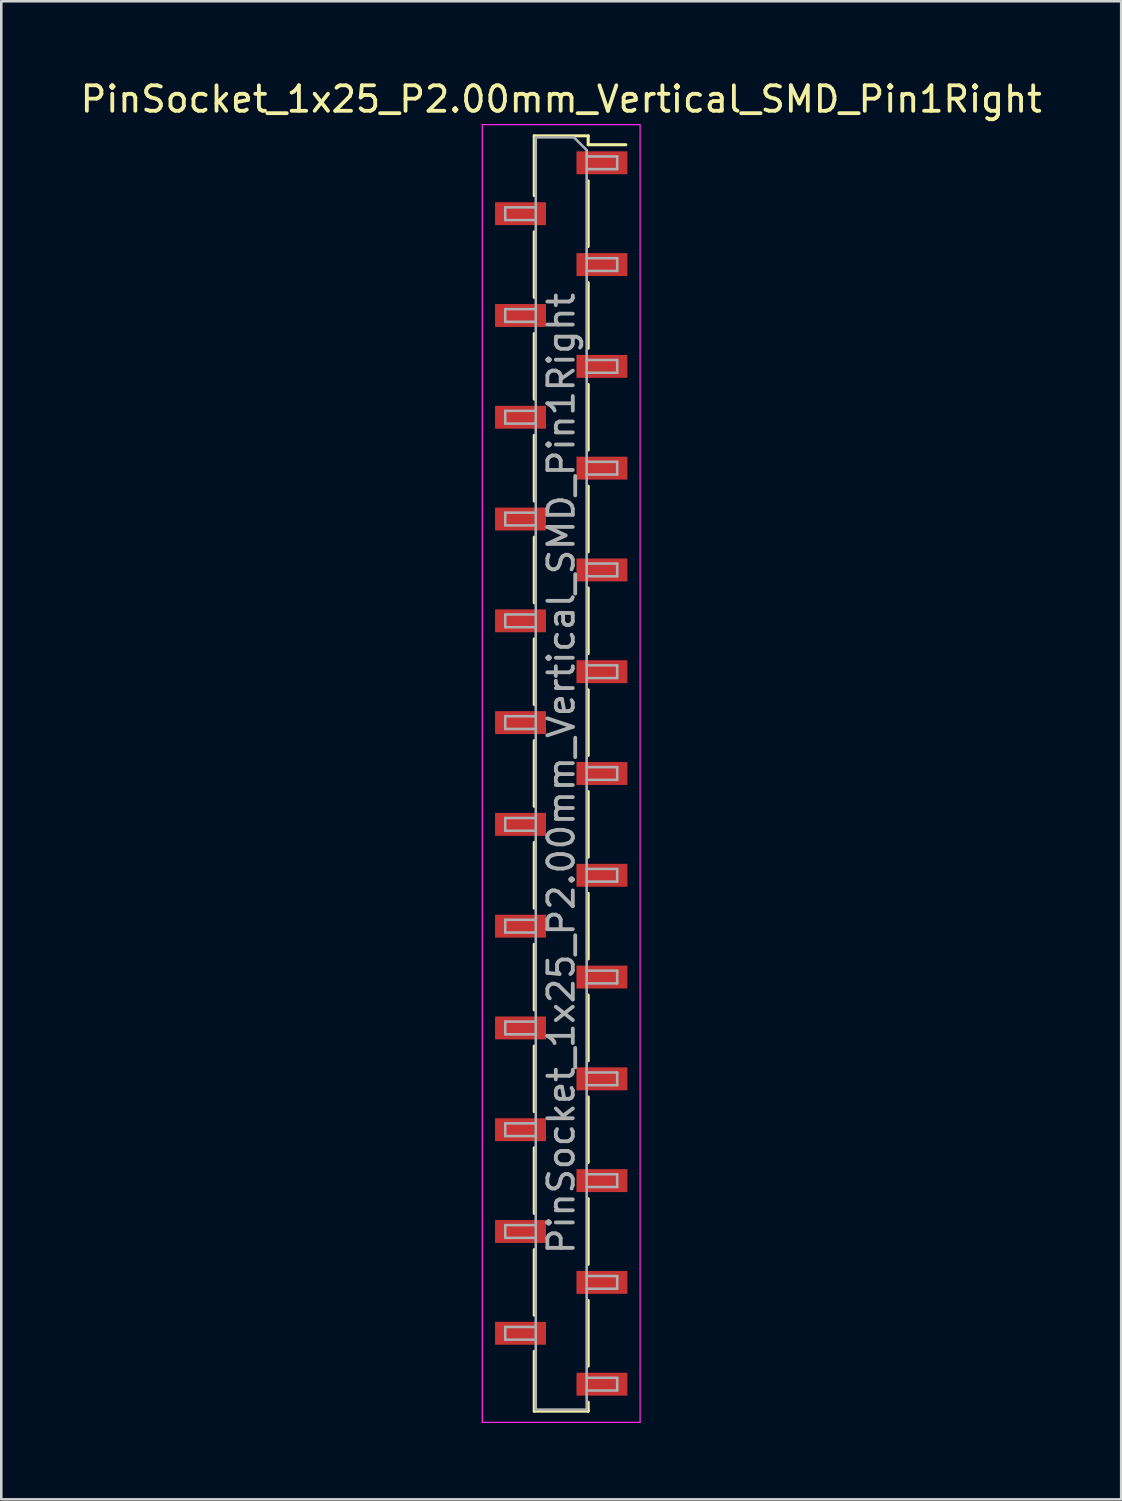
<source format=kicad_pcb>
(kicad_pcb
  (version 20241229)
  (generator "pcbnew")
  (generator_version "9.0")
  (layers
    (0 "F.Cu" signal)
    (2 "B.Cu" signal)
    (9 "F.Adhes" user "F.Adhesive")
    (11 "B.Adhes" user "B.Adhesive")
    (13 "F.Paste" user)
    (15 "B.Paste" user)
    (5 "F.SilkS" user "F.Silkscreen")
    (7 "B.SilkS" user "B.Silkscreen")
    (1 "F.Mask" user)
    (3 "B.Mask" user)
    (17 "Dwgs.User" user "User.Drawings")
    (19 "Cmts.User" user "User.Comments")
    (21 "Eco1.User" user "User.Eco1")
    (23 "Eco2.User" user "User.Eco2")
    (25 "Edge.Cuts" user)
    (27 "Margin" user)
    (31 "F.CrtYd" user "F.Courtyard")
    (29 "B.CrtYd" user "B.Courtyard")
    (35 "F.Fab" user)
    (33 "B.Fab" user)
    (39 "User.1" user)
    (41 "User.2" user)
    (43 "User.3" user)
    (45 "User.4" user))
  (footprint "PinSocket_1x25_P2.00mm_Vertical_SMD_Pin1Right"
    (layer "F.Cu")
    (at 19.006 27.348)
    (property "Reference" "PinSocket_1x25_P2.00mm_Vertical_SMD_Pin1Right" (at 0 -26.5 0) (layer "F.SilkS") (effects (font (size 1 1) (thickness 0.15))))
    (attr smd)
    (fp_line (start -1.06 -25.06) (end -1.06 -22.71) (stroke (width 0.12) (type solid)) (layer "F.SilkS"))
    (fp_line (start -1.06 -25.06) (end 1.06 -25.06) (stroke (width 0.12) (type solid)) (layer "F.SilkS"))
    (fp_line (start -1.06 -21.29) (end -1.06 -18.71) (stroke (width 0.12) (type solid)) (layer "F.SilkS"))
    (fp_line (start -1.06 -17.29) (end -1.06 -14.71) (stroke (width 0.12) (type solid)) (layer "F.SilkS"))
    (fp_line (start -1.06 -13.29) (end -1.06 -10.71) (stroke (width 0.12) (type solid)) (layer "F.SilkS"))
    (fp_line (start -1.06 -9.29) (end -1.06 -6.71) (stroke (width 0.12) (type solid)) (layer "F.SilkS"))
    (fp_line (start -1.06 -5.29) (end -1.06 -2.71) (stroke (width 0.12) (type solid)) (layer "F.SilkS"))
    (fp_line (start -1.06 -1.29) (end -1.06 1.29) (stroke (width 0.12) (type solid)) (layer "F.SilkS"))
    (fp_line (start -1.06 2.71) (end -1.06 5.29) (stroke (width 0.12) (type solid)) (layer "F.SilkS"))
    (fp_line (start -1.06 6.71) (end -1.06 9.29) (stroke (width 0.12) (type solid)) (layer "F.SilkS"))
    (fp_line (start -1.06 10.71) (end -1.06 13.29) (stroke (width 0.12) (type solid)) (layer "F.SilkS"))
    (fp_line (start -1.06 14.71) (end -1.06 17.29) (stroke (width 0.12) (type solid)) (layer "F.SilkS"))
    (fp_line (start -1.06 18.71) (end -1.06 21.29) (stroke (width 0.12) (type solid)) (layer "F.SilkS"))
    (fp_line (start -1.06 22.71) (end -1.06 25.06) (stroke (width 0.12) (type solid)) (layer "F.SilkS"))
    (fp_line (start -1.06 25.06) (end 1.06 25.06) (stroke (width 0.12) (type solid)) (layer "F.SilkS"))
    (fp_line (start 1.06 -25.06) (end 1.06 -24.71) (stroke (width 0.12) (type solid)) (layer "F.SilkS"))
    (fp_line (start 1.06 -24.71) (end 2.54 -24.71) (stroke (width 0.12) (type solid)) (layer "F.SilkS"))
    (fp_line (start 1.06 -23.29) (end 1.06 -20.71) (stroke (width 0.12) (type solid)) (layer "F.SilkS"))
    (fp_line (start 1.06 -19.29) (end 1.06 -16.71) (stroke (width 0.12) (type solid)) (layer "F.SilkS"))
    (fp_line (start 1.06 -15.29) (end 1.06 -12.71) (stroke (width 0.12) (type solid)) (layer "F.SilkS"))
    (fp_line (start 1.06 -11.29) (end 1.06 -8.71) (stroke (width 0.12) (type solid)) (layer "F.SilkS"))
    (fp_line (start 1.06 -7.29) (end 1.06 -4.71) (stroke (width 0.12) (type solid)) (layer "F.SilkS"))
    (fp_line (start 1.06 -3.29) (end 1.06 -0.71) (stroke (width 0.12) (type solid)) (layer "F.SilkS"))
    (fp_line (start 1.06 0.71) (end 1.06 3.29) (stroke (width 0.12) (type solid)) (layer "F.SilkS"))
    (fp_line (start 1.06 4.71) (end 1.06 7.29) (stroke (width 0.12) (type solid)) (layer "F.SilkS"))
    (fp_line (start 1.06 8.71) (end 1.06 11.29) (stroke (width 0.12) (type solid)) (layer "F.SilkS"))
    (fp_line (start 1.06 12.71) (end 1.06 15.29) (stroke (width 0.12) (type solid)) (layer "F.SilkS"))
    (fp_line (start 1.06 16.71) (end 1.06 19.29) (stroke (width 0.12) (type solid)) (layer "F.SilkS"))
    (fp_line (start 1.06 20.71) (end 1.06 23.29) (stroke (width 0.12) (type solid)) (layer "F.SilkS"))
    (fp_line (start 1.06 24.71) (end 1.06 25.06) (stroke (width 0.12) (type solid)) (layer "F.SilkS"))
    (fp_line (start -3.1 -25.5) (end 3.1 -25.5) (stroke (width 0.05) (type solid)) (layer "F.CrtYd"))
    (fp_line (start -3.1 25.5) (end -3.1 -25.5) (stroke (width 0.05) (type solid)) (layer "F.CrtYd"))
    (fp_line (start 3.1 -25.5) (end 3.1 25.5) (stroke (width 0.05) (type solid)) (layer "F.CrtYd"))
    (fp_line (start 3.1 25.5) (end -3.1 25.5) (stroke (width 0.05) (type solid)) (layer "F.CrtYd"))
    (fp_line (start -2.2 -22.25) (end -1 -22.25) (stroke (width 0.1) (type solid)) (layer "F.Fab"))
    (fp_line (start -2.2 -21.75) (end -2.2 -22.25) (stroke (width 0.1) (type solid)) (layer "F.Fab"))
    (fp_line (start -2.2 -18.25) (end -1 -18.25) (stroke (width 0.1) (type solid)) (layer "F.Fab"))
    (fp_line (start -2.2 -17.75) (end -2.2 -18.25) (stroke (width 0.1) (type solid)) (layer "F.Fab"))
    (fp_line (start -2.2 -14.25) (end -1 -14.25) (stroke (width 0.1) (type solid)) (layer "F.Fab"))
    (fp_line (start -2.2 -13.75) (end -2.2 -14.25) (stroke (width 0.1) (type solid)) (layer "F.Fab"))
    (fp_line (start -2.2 -10.25) (end -1 -10.25) (stroke (width 0.1) (type solid)) (layer "F.Fab"))
    (fp_line (start -2.2 -9.75) (end -2.2 -10.25) (stroke (width 0.1) (type solid)) (layer "F.Fab"))
    (fp_line (start -2.2 -6.25) (end -1 -6.25) (stroke (width 0.1) (type solid)) (layer "F.Fab"))
    (fp_line (start -2.2 -5.75) (end -2.2 -6.25) (stroke (width 0.1) (type solid)) (layer "F.Fab"))
    (fp_line (start -2.2 -2.25) (end -1 -2.25) (stroke (width 0.1) (type solid)) (layer "F.Fab"))
    (fp_line (start -2.2 -1.75) (end -2.2 -2.25) (stroke (width 0.1) (type solid)) (layer "F.Fab"))
    (fp_line (start -2.2 1.75) (end -1 1.75) (stroke (width 0.1) (type solid)) (layer "F.Fab"))
    (fp_line (start -2.2 2.25) (end -2.2 1.75) (stroke (width 0.1) (type solid)) (layer "F.Fab"))
    (fp_line (start -2.2 5.75) (end -1 5.75) (stroke (width 0.1) (type solid)) (layer "F.Fab"))
    (fp_line (start -2.2 6.25) (end -2.2 5.75) (stroke (width 0.1) (type solid)) (layer "F.Fab"))
    (fp_line (start -2.2 9.75) (end -1 9.75) (stroke (width 0.1) (type solid)) (layer "F.Fab"))
    (fp_line (start -2.2 10.25) (end -2.2 9.75) (stroke (width 0.1) (type solid)) (layer "F.Fab"))
    (fp_line (start -2.2 13.75) (end -1 13.75) (stroke (width 0.1) (type solid)) (layer "F.Fab"))
    (fp_line (start -2.2 14.25) (end -2.2 13.75) (stroke (width 0.1) (type solid)) (layer "F.Fab"))
    (fp_line (start -2.2 17.75) (end -1 17.75) (stroke (width 0.1) (type solid)) (layer "F.Fab"))
    (fp_line (start -2.2 18.25) (end -2.2 17.75) (stroke (width 0.1) (type solid)) (layer "F.Fab"))
    (fp_line (start -2.2 21.75) (end -1 21.75) (stroke (width 0.1) (type solid)) (layer "F.Fab"))
    (fp_line (start -2.2 22.25) (end -2.2 21.75) (stroke (width 0.1) (type solid)) (layer "F.Fab"))
    (fp_line (start -1 -25) (end 0.5 -25) (stroke (width 0.1) (type solid)) (layer "F.Fab"))
    (fp_line (start -1 -21.75) (end -2.2 -21.75) (stroke (width 0.1) (type solid)) (layer "F.Fab"))
    (fp_line (start -1 -17.75) (end -2.2 -17.75) (stroke (width 0.1) (type solid)) (layer "F.Fab"))
    (fp_line (start -1 -13.75) (end -2.2 -13.75) (stroke (width 0.1) (type solid)) (layer "F.Fab"))
    (fp_line (start -1 -9.75) (end -2.2 -9.75) (stroke (width 0.1) (type solid)) (layer "F.Fab"))
    (fp_line (start -1 -5.75) (end -2.2 -5.75) (stroke (width 0.1) (type solid)) (layer "F.Fab"))
    (fp_line (start -1 -1.75) (end -2.2 -1.75) (stroke (width 0.1) (type solid)) (layer "F.Fab"))
    (fp_line (start -1 2.25) (end -2.2 2.25) (stroke (width 0.1) (type solid)) (layer "F.Fab"))
    (fp_line (start -1 6.25) (end -2.2 6.25) (stroke (width 0.1) (type solid)) (layer "F.Fab"))
    (fp_line (start -1 10.25) (end -2.2 10.25) (stroke (width 0.1) (type solid)) (layer "F.Fab"))
    (fp_line (start -1 14.25) (end -2.2 14.25) (stroke (width 0.1) (type solid)) (layer "F.Fab"))
    (fp_line (start -1 18.25) (end -2.2 18.25) (stroke (width 0.1) (type solid)) (layer "F.Fab"))
    (fp_line (start -1 22.25) (end -2.2 22.25) (stroke (width 0.1) (type solid)) (layer "F.Fab"))
    (fp_line (start -1 25) (end -1 -25) (stroke (width 0.1) (type solid)) (layer "F.Fab"))
    (fp_line (start 0.5 -25) (end 1 -24.5) (stroke (width 0.1) (type solid)) (layer "F.Fab"))
    (fp_line (start 1 -24.5) (end 1 25) (stroke (width 0.1) (type solid)) (layer "F.Fab"))
    (fp_line (start 1 -24.25) (end 2.2 -24.25) (stroke (width 0.1) (type solid)) (layer "F.Fab"))
    (fp_line (start 1 -20.25) (end 2.2 -20.25) (stroke (width 0.1) (type solid)) (layer "F.Fab"))
    (fp_line (start 1 -16.25) (end 2.2 -16.25) (stroke (width 0.1) (type solid)) (layer "F.Fab"))
    (fp_line (start 1 -12.25) (end 2.2 -12.25) (stroke (width 0.1) (type solid)) (layer "F.Fab"))
    (fp_line (start 1 -8.25) (end 2.2 -8.25) (stroke (width 0.1) (type solid)) (layer "F.Fab"))
    (fp_line (start 1 -4.25) (end 2.2 -4.25) (stroke (width 0.1) (type solid)) (layer "F.Fab"))
    (fp_line (start 1 -0.25) (end 2.2 -0.25) (stroke (width 0.1) (type solid)) (layer "F.Fab"))
    (fp_line (start 1 3.75) (end 2.2 3.75) (stroke (width 0.1) (type solid)) (layer "F.Fab"))
    (fp_line (start 1 7.75) (end 2.2 7.75) (stroke (width 0.1) (type solid)) (layer "F.Fab"))
    (fp_line (start 1 11.75) (end 2.2 11.75) (stroke (width 0.1) (type solid)) (layer "F.Fab"))
    (fp_line (start 1 15.75) (end 2.2 15.75) (stroke (width 0.1) (type solid)) (layer "F.Fab"))
    (fp_line (start 1 19.75) (end 2.2 19.75) (stroke (width 0.1) (type solid)) (layer "F.Fab"))
    (fp_line (start 1 23.75) (end 2.2 23.75) (stroke (width 0.1) (type solid)) (layer "F.Fab"))
    (fp_line (start 1 25) (end -1 25) (stroke (width 0.1) (type solid)) (layer "F.Fab"))
    (fp_line (start 2.2 -24.25) (end 2.2 -23.75) (stroke (width 0.1) (type solid)) (layer "F.Fab"))
    (fp_line (start 2.2 -23.75) (end 1 -23.75) (stroke (width 0.1) (type solid)) (layer "F.Fab"))
    (fp_line (start 2.2 -20.25) (end 2.2 -19.75) (stroke (width 0.1) (type solid)) (layer "F.Fab"))
    (fp_line (start 2.2 -19.75) (end 1 -19.75) (stroke (width 0.1) (type solid)) (layer "F.Fab"))
    (fp_line (start 2.2 -16.25) (end 2.2 -15.75) (stroke (width 0.1) (type solid)) (layer "F.Fab"))
    (fp_line (start 2.2 -15.75) (end 1 -15.75) (stroke (width 0.1) (type solid)) (layer "F.Fab"))
    (fp_line (start 2.2 -12.25) (end 2.2 -11.75) (stroke (width 0.1) (type solid)) (layer "F.Fab"))
    (fp_line (start 2.2 -11.75) (end 1 -11.75) (stroke (width 0.1) (type solid)) (layer "F.Fab"))
    (fp_line (start 2.2 -8.25) (end 2.2 -7.75) (stroke (width 0.1) (type solid)) (layer "F.Fab"))
    (fp_line (start 2.2 -7.75) (end 1 -7.75) (stroke (width 0.1) (type solid)) (layer "F.Fab"))
    (fp_line (start 2.2 -4.25) (end 2.2 -3.75) (stroke (width 0.1) (type solid)) (layer "F.Fab"))
    (fp_line (start 2.2 -3.75) (end 1 -3.75) (stroke (width 0.1) (type solid)) (layer "F.Fab"))
    (fp_line (start 2.2 -0.25) (end 2.2 0.25) (stroke (width 0.1) (type solid)) (layer "F.Fab"))
    (fp_line (start 2.2 0.25) (end 1 0.25) (stroke (width 0.1) (type solid)) (layer "F.Fab"))
    (fp_line (start 2.2 3.75) (end 2.2 4.25) (stroke (width 0.1) (type solid)) (layer "F.Fab"))
    (fp_line (start 2.2 4.25) (end 1 4.25) (stroke (width 0.1) (type solid)) (layer "F.Fab"))
    (fp_line (start 2.2 7.75) (end 2.2 8.25) (stroke (width 0.1) (type solid)) (layer "F.Fab"))
    (fp_line (start 2.2 8.25) (end 1 8.25) (stroke (width 0.1) (type solid)) (layer "F.Fab"))
    (fp_line (start 2.2 11.75) (end 2.2 12.25) (stroke (width 0.1) (type solid)) (layer "F.Fab"))
    (fp_line (start 2.2 12.25) (end 1 12.25) (stroke (width 0.1) (type solid)) (layer "F.Fab"))
    (fp_line (start 2.2 15.75) (end 2.2 16.25) (stroke (width 0.1) (type solid)) (layer "F.Fab"))
    (fp_line (start 2.2 16.25) (end 1 16.25) (stroke (width 0.1) (type solid)) (layer "F.Fab"))
    (fp_line (start 2.2 19.75) (end 2.2 20.25) (stroke (width 0.1) (type solid)) (layer "F.Fab"))
    (fp_line (start 2.2 20.25) (end 1 20.25) (stroke (width 0.1) (type solid)) (layer "F.Fab"))
    (fp_line (start 2.2 23.75) (end 2.2 24.25) (stroke (width 0.1) (type solid)) (layer "F.Fab"))
    (fp_line (start 2.2 24.25) (end 1 24.25) (stroke (width 0.1) (type solid)) (layer "F.Fab"))
    (fp_text user "${REFERENCE}" (at 0 0 90) (layer "F.Fab") (effects (font (size 1 1) (thickness 0.15))))
    (pad "1" smd rect (at 1.6 -24) (size 2 0.9) (layers "F.Cu" "F.Mask" "F.Paste"))
    (pad "2" smd rect (at -1.6 -22) (size 2 0.9) (layers "F.Cu" "F.Mask" "F.Paste"))
    (pad "3" smd rect (at 1.6 -20) (size 2 0.9) (layers "F.Cu" "F.Mask" "F.Paste"))
    (pad "4" smd rect (at -1.6 -18) (size 2 0.9) (layers "F.Cu" "F.Mask" "F.Paste"))
    (pad "5" smd rect (at 1.6 -16) (size 2 0.9) (layers "F.Cu" "F.Mask" "F.Paste"))
    (pad "6" smd rect (at -1.6 -14) (size 2 0.9) (layers "F.Cu" "F.Mask" "F.Paste"))
    (pad "7" smd rect (at 1.6 -12) (size 2 0.9) (layers "F.Cu" "F.Mask" "F.Paste"))
    (pad "8" smd rect (at -1.6 -10) (size 2 0.9) (layers "F.Cu" "F.Mask" "F.Paste"))
    (pad "9" smd rect (at 1.6 -8) (size 2 0.9) (layers "F.Cu" "F.Mask" "F.Paste"))
    (pad "10" smd rect (at -1.6 -6) (size 2 0.9) (layers "F.Cu" "F.Mask" "F.Paste"))
    (pad "11" smd rect (at 1.6 -4) (size 2 0.9) (layers "F.Cu" "F.Mask" "F.Paste"))
    (pad "12" smd rect (at -1.6 -2) (size 2 0.9) (layers "F.Cu" "F.Mask" "F.Paste"))
    (pad "13" smd rect (at 1.6 0) (size 2 0.9) (layers "F.Cu" "F.Mask" "F.Paste"))
    (pad "14" smd rect (at -1.6 2) (size 2 0.9) (layers "F.Cu" "F.Mask" "F.Paste"))
    (pad "15" smd rect (at 1.6 4) (size 2 0.9) (layers "F.Cu" "F.Mask" "F.Paste"))
    (pad "16" smd rect (at -1.6 6) (size 2 0.9) (layers "F.Cu" "F.Mask" "F.Paste"))
    (pad "17" smd rect (at 1.6 8) (size 2 0.9) (layers "F.Cu" "F.Mask" "F.Paste"))
    (pad "18" smd rect (at -1.6 10) (size 2 0.9) (layers "F.Cu" "F.Mask" "F.Paste"))
    (pad "19" smd rect (at 1.6 12) (size 2 0.9) (layers "F.Cu" "F.Mask" "F.Paste"))
    (pad "20" smd rect (at -1.6 14) (size 2 0.9) (layers "F.Cu" "F.Mask" "F.Paste"))
    (pad "21" smd rect (at 1.6 16) (size 2 0.9) (layers "F.Cu" "F.Mask" "F.Paste"))
    (pad "22" smd rect (at -1.6 18) (size 2 0.9) (layers "F.Cu" "F.Mask" "F.Paste"))
    (pad "23" smd rect (at 1.6 20) (size 2 0.9) (layers "F.Cu" "F.Mask" "F.Paste"))
    (pad "24" smd rect (at -1.6 22) (size 2 0.9) (layers "F.Cu" "F.Mask" "F.Paste"))
    (pad "25" smd rect (at 1.6 24) (size 2 0.9) (layers "F.Cu" "F.Mask" "F.Paste")))
  (gr_rect
    (start -3 -3)
    (end 41.012 55.873)
    (stroke (width 0.1) (type default))
    (fill no)
    (layer "Edge.Cuts")))
</source>
